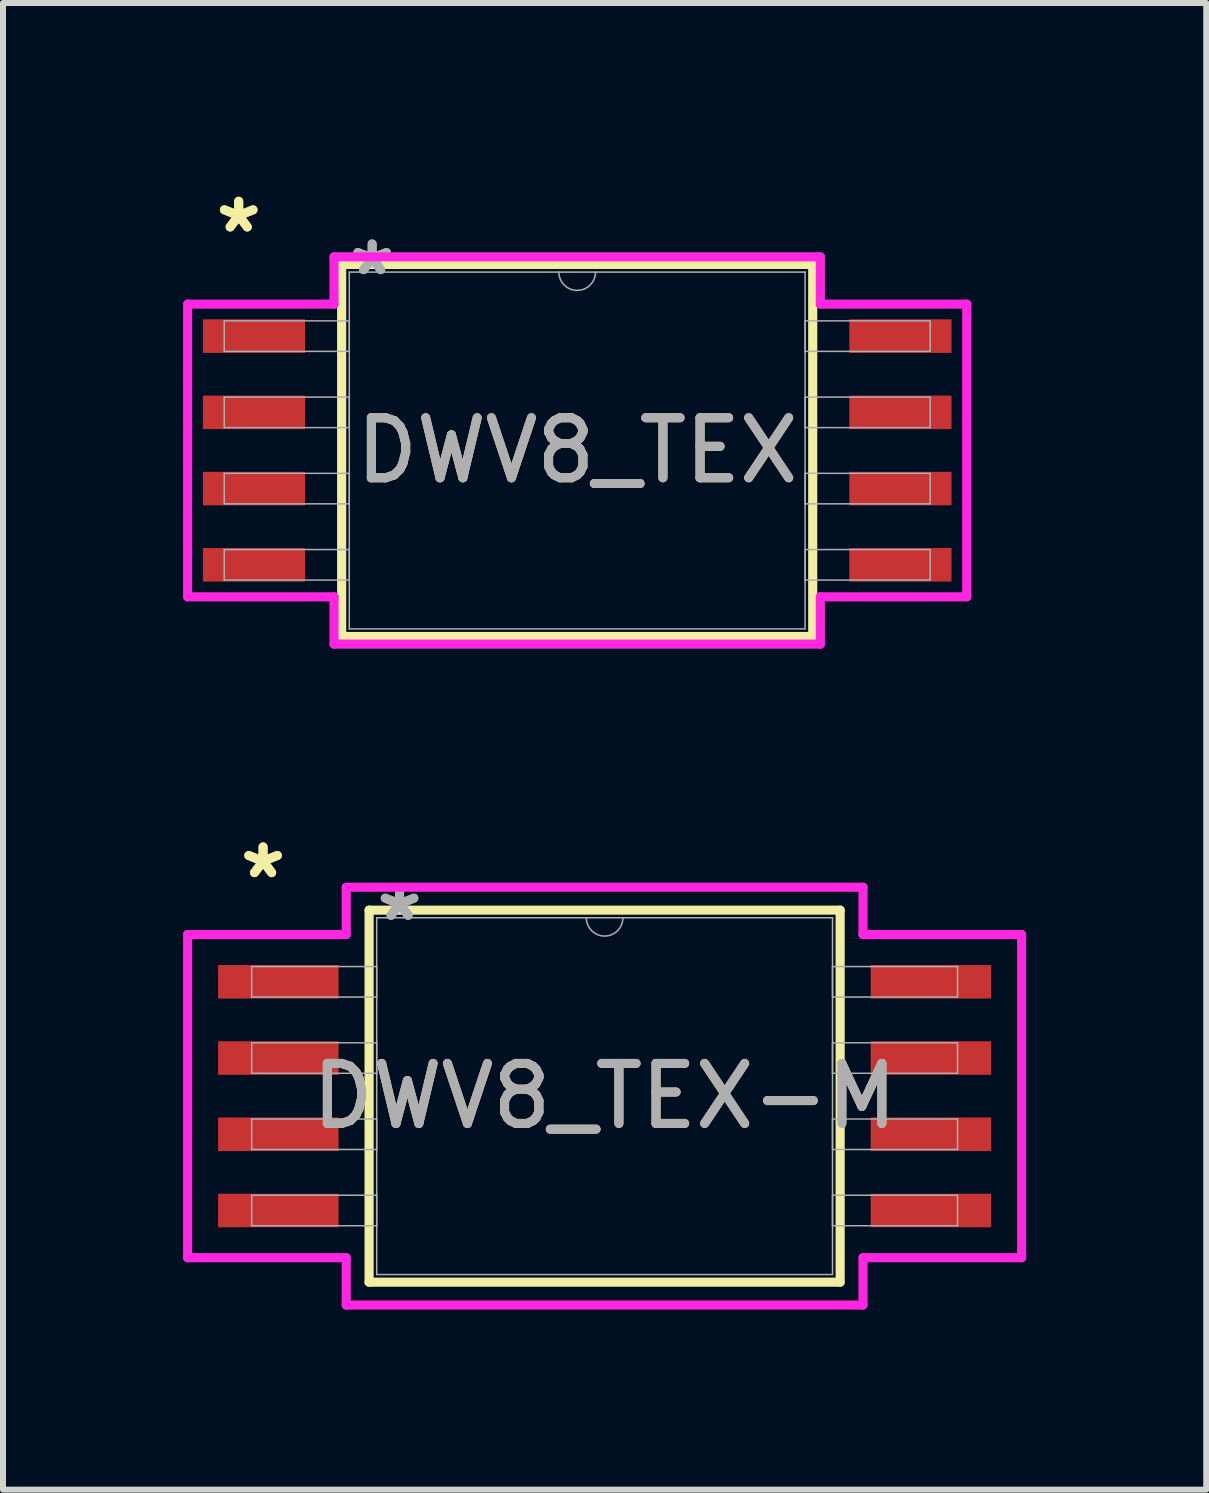
<source format=kicad_pcb>
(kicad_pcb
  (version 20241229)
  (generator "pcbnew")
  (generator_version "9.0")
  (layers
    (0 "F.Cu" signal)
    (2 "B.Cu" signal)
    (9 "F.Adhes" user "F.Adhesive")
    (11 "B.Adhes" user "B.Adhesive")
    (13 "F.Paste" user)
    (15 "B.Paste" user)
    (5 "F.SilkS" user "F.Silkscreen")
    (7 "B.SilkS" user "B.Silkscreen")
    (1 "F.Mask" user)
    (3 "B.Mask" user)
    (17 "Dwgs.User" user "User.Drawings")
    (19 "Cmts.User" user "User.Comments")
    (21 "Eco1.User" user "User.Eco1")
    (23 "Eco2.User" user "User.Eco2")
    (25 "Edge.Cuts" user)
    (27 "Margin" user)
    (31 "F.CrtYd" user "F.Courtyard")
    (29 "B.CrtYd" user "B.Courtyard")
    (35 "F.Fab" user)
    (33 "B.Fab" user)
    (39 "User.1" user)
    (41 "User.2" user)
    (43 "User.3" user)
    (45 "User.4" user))
  (footprint "DWV8_TEX-M"
    (layer "F.Cu")
    (at 7.023 15.212)
    (property "Reference" "DWV8_TEX-M" (at 0 0 0) (unlocked yes) (layer "F.SilkS") (effects (font (size 1 1) (thickness 0.15))))
    (attr smd)
    (fp_line (start -3.924 -3.099) (end -3.924 3.099) (stroke (width 0.152) (type solid)) (layer "F.SilkS"))
    (fp_line (start -3.924 3.099) (end 3.924 3.099) (stroke (width 0.152) (type solid)) (layer "F.SilkS"))
    (fp_line (start 3.924 -3.099) (end -3.924 -3.099) (stroke (width 0.152) (type solid)) (layer "F.SilkS"))
    (fp_line (start 3.924 3.099) (end 3.924 -3.099) (stroke (width 0.152) (type solid)) (layer "F.SilkS"))
    (fp_line (start -6.947 -2.692) (end -4.305 -2.692) (stroke (width 0.152) (type solid)) (layer "F.CrtYd"))
    (fp_line (start -6.947 2.692) (end -6.947 -2.692) (stroke (width 0.152) (type solid)) (layer "F.CrtYd"))
    (fp_line (start -6.947 2.692) (end -4.305 2.692) (stroke (width 0.152) (type solid)) (layer "F.CrtYd"))
    (fp_line (start -4.305 -3.48) (end 4.305 -3.48) (stroke (width 0.152) (type solid)) (layer "F.CrtYd"))
    (fp_line (start -4.305 -2.692) (end -4.305 -3.48) (stroke (width 0.152) (type solid)) (layer "F.CrtYd"))
    (fp_line (start -4.305 3.48) (end -4.305 2.692) (stroke (width 0.152) (type solid)) (layer "F.CrtYd"))
    (fp_line (start 4.305 -3.48) (end 4.305 -2.692) (stroke (width 0.152) (type solid)) (layer "F.CrtYd"))
    (fp_line (start 4.305 2.692) (end 4.305 3.48) (stroke (width 0.152) (type solid)) (layer "F.CrtYd"))
    (fp_line (start 4.305 3.48) (end -4.305 3.48) (stroke (width 0.152) (type solid)) (layer "F.CrtYd"))
    (fp_line (start 6.947 -2.692) (end 4.305 -2.692) (stroke (width 0.152) (type solid)) (layer "F.CrtYd"))
    (fp_line (start 6.947 -2.692) (end 6.947 2.692) (stroke (width 0.152) (type solid)) (layer "F.CrtYd"))
    (fp_line (start 6.947 2.692) (end 4.305 2.692) (stroke (width 0.152) (type solid)) (layer "F.CrtYd"))
    (fp_line (start -5.88 -2.159) (end -5.88 -1.651) (stroke (width 0.025) (type solid)) (layer "F.Fab"))
    (fp_line (start -5.88 -1.651) (end -3.797 -1.651) (stroke (width 0.025) (type solid)) (layer "F.Fab"))
    (fp_line (start -5.88 -0.889) (end -5.88 -0.381) (stroke (width 0.025) (type solid)) (layer "F.Fab"))
    (fp_line (start -5.88 -0.381) (end -3.797 -0.381) (stroke (width 0.025) (type solid)) (layer "F.Fab"))
    (fp_line (start -5.88 0.381) (end -5.88 0.889) (stroke (width 0.025) (type solid)) (layer "F.Fab"))
    (fp_line (start -5.88 0.889) (end -3.797 0.889) (stroke (width 0.025) (type solid)) (layer "F.Fab"))
    (fp_line (start -5.88 1.651) (end -5.88 2.159) (stroke (width 0.025) (type solid)) (layer "F.Fab"))
    (fp_line (start -5.88 2.159) (end -3.797 2.159) (stroke (width 0.025) (type solid)) (layer "F.Fab"))
    (fp_line (start -3.797 -2.972) (end -3.797 2.972) (stroke (width 0.025) (type solid)) (layer "F.Fab"))
    (fp_line (start -3.797 -2.159) (end -5.88 -2.159) (stroke (width 0.025) (type solid)) (layer "F.Fab"))
    (fp_line (start -3.797 -1.651) (end -3.797 -2.159) (stroke (width 0.025) (type solid)) (layer "F.Fab"))
    (fp_line (start -3.797 -0.889) (end -5.88 -0.889) (stroke (width 0.025) (type solid)) (layer "F.Fab"))
    (fp_line (start -3.797 -0.381) (end -3.797 -0.889) (stroke (width 0.025) (type solid)) (layer "F.Fab"))
    (fp_line (start -3.797 0.381) (end -5.88 0.381) (stroke (width 0.025) (type solid)) (layer "F.Fab"))
    (fp_line (start -3.797 0.889) (end -3.797 0.381) (stroke (width 0.025) (type solid)) (layer "F.Fab"))
    (fp_line (start -3.797 1.651) (end -5.88 1.651) (stroke (width 0.025) (type solid)) (layer "F.Fab"))
    (fp_line (start -3.797 2.159) (end -3.797 1.651) (stroke (width 0.025) (type solid)) (layer "F.Fab"))
    (fp_line (start -3.797 2.972) (end 3.797 2.972) (stroke (width 0.025) (type solid)) (layer "F.Fab"))
    (fp_line (start 3.797 -2.972) (end -3.797 -2.972) (stroke (width 0.025) (type solid)) (layer "F.Fab"))
    (fp_line (start 3.797 -2.159) (end 3.797 -1.651) (stroke (width 0.025) (type solid)) (layer "F.Fab"))
    (fp_line (start 3.797 -1.651) (end 5.88 -1.651) (stroke (width 0.025) (type solid)) (layer "F.Fab"))
    (fp_line (start 3.797 -0.889) (end 3.797 -0.381) (stroke (width 0.025) (type solid)) (layer "F.Fab"))
    (fp_line (start 3.797 -0.381) (end 5.88 -0.381) (stroke (width 0.025) (type solid)) (layer "F.Fab"))
    (fp_line (start 3.797 0.381) (end 3.797 0.889) (stroke (width 0.025) (type solid)) (layer "F.Fab"))
    (fp_line (start 3.797 0.889) (end 5.88 0.889) (stroke (width 0.025) (type solid)) (layer "F.Fab"))
    (fp_line (start 3.797 1.651) (end 3.797 2.159) (stroke (width 0.025) (type solid)) (layer "F.Fab"))
    (fp_line (start 3.797 2.159) (end 5.88 2.159) (stroke (width 0.025) (type solid)) (layer "F.Fab"))
    (fp_line (start 3.797 2.972) (end 3.797 -2.972) (stroke (width 0.025) (type solid)) (layer "F.Fab"))
    (fp_line (start 5.88 -2.159) (end 3.797 -2.159) (stroke (width 0.025) (type solid)) (layer "F.Fab"))
    (fp_line (start 5.88 -1.651) (end 5.88 -2.159) (stroke (width 0.025) (type solid)) (layer "F.Fab"))
    (fp_line (start 5.88 -0.889) (end 3.797 -0.889) (stroke (width 0.025) (type solid)) (layer "F.Fab"))
    (fp_line (start 5.88 -0.381) (end 5.88 -0.889) (stroke (width 0.025) (type solid)) (layer "F.Fab"))
    (fp_line (start 5.88 0.381) (end 3.797 0.381) (stroke (width 0.025) (type solid)) (layer "F.Fab"))
    (fp_line (start 5.88 0.889) (end 5.88 0.381) (stroke (width 0.025) (type solid)) (layer "F.Fab"))
    (fp_line (start 5.88 1.651) (end 3.797 1.651) (stroke (width 0.025) (type solid)) (layer "F.Fab"))
    (fp_line (start 5.88 2.159) (end 5.88 1.651) (stroke (width 0.025) (type solid)) (layer "F.Fab"))
    (fp_arc (start 0.3048 -2.9718) (mid 0 -2.667) (end -0.3048 -2.9718) (stroke (width 0.0254) (type solid)) (layer "F.Fab"))
    (fp_text user "*" (at -5.69 -3.607 0) (unlocked yes) (layer "F.SilkS") (effects (font (size 1 1) (thickness 0.15))))
    (fp_text user "*" (at -5.69 -3.607 0) (layer "F.SilkS") (effects (font (size 1 1) (thickness 0.15))))
    (fp_text user "${REFERENCE}" (at 0 0 0) (unlocked yes) (layer "F.Fab") (effects (font (size 1 1) (thickness 0.15))))
    (fp_text user "*" (at -3.416 -2.896 0) (layer "F.Fab") (effects (font (size 1 1) (thickness 0.15))))
    (fp_text user "*" (at -3.416 -2.896 0) (unlocked yes) (layer "F.Fab") (effects (font (size 1 1) (thickness 0.15))))
    (pad "1" smd rect (at -5.436 -1.905) (size 2.007 0.559) (layers "F.Cu" "F.Mask" "F.Paste"))
    (pad "2" smd rect (at -5.436 -0.635) (size 2.007 0.559) (layers "F.Cu" "F.Mask" "F.Paste"))
    (pad "3" smd rect (at -5.436 0.635) (size 2.007 0.559) (layers "F.Cu" "F.Mask" "F.Paste"))
    (pad "4" smd rect (at -5.436 1.905) (size 2.007 0.559) (layers "F.Cu" "F.Mask" "F.Paste"))
    (pad "5" smd rect (at 5.436 1.905) (size 2.007 0.559) (layers "F.Cu" "F.Mask" "F.Paste"))
    (pad "6" smd rect (at 5.436 0.635) (size 2.007 0.559) (layers "F.Cu" "F.Mask" "F.Paste"))
    (pad "7" smd rect (at 5.436 -0.635) (size 2.007 0.559) (layers "F.Cu" "F.Mask" "F.Paste"))
    (pad "8" smd rect (at 5.436 -1.905) (size 2.007 0.559) (layers "F.Cu" "F.Mask" "F.Paste")))
  (footprint "DWV8_TEX"
    (layer "F.Cu")
    (at 6.566 4.455)
    (property "Reference" "DWV8_TEX" (at 0 0 0) (unlocked yes) (layer "F.SilkS") (effects (font (size 1 1) (thickness 0.15))))
    (attr smd)
    (fp_line (start -3.924 -3.099) (end -3.924 3.099) (stroke (width 0.152) (type solid)) (layer "F.SilkS"))
    (fp_line (start -3.924 3.099) (end 3.924 3.099) (stroke (width 0.152) (type solid)) (layer "F.SilkS"))
    (fp_line (start 3.924 -3.099) (end -3.924 -3.099) (stroke (width 0.152) (type solid)) (layer "F.SilkS"))
    (fp_line (start 3.924 3.099) (end 3.924 -3.099) (stroke (width 0.152) (type solid)) (layer "F.SilkS"))
    (fp_line (start -6.49 -2.438) (end -4.051 -2.438) (stroke (width 0.152) (type solid)) (layer "F.CrtYd"))
    (fp_line (start -6.49 2.438) (end -6.49 -2.438) (stroke (width 0.152) (type solid)) (layer "F.CrtYd"))
    (fp_line (start -6.49 2.438) (end -4.051 2.438) (stroke (width 0.152) (type solid)) (layer "F.CrtYd"))
    (fp_line (start -4.051 -3.226) (end 4.051 -3.226) (stroke (width 0.152) (type solid)) (layer "F.CrtYd"))
    (fp_line (start -4.051 -2.438) (end -4.051 -3.226) (stroke (width 0.152) (type solid)) (layer "F.CrtYd"))
    (fp_line (start -4.051 3.226) (end -4.051 2.438) (stroke (width 0.152) (type solid)) (layer "F.CrtYd"))
    (fp_line (start 4.051 -3.226) (end 4.051 -2.438) (stroke (width 0.152) (type solid)) (layer "F.CrtYd"))
    (fp_line (start 4.051 2.438) (end 4.051 3.226) (stroke (width 0.152) (type solid)) (layer "F.CrtYd"))
    (fp_line (start 4.051 3.226) (end -4.051 3.226) (stroke (width 0.152) (type solid)) (layer "F.CrtYd"))
    (fp_line (start 6.49 -2.438) (end 4.051 -2.438) (stroke (width 0.152) (type solid)) (layer "F.CrtYd"))
    (fp_line (start 6.49 -2.438) (end 6.49 2.438) (stroke (width 0.152) (type solid)) (layer "F.CrtYd"))
    (fp_line (start 6.49 2.438) (end 4.051 2.438) (stroke (width 0.152) (type solid)) (layer "F.CrtYd"))
    (fp_line (start -5.88 -2.159) (end -5.88 -1.651) (stroke (width 0.025) (type solid)) (layer "F.Fab"))
    (fp_line (start -5.88 -1.651) (end -3.797 -1.651) (stroke (width 0.025) (type solid)) (layer "F.Fab"))
    (fp_line (start -5.88 -0.889) (end -5.88 -0.381) (stroke (width 0.025) (type solid)) (layer "F.Fab"))
    (fp_line (start -5.88 -0.381) (end -3.797 -0.381) (stroke (width 0.025) (type solid)) (layer "F.Fab"))
    (fp_line (start -5.88 0.381) (end -5.88 0.889) (stroke (width 0.025) (type solid)) (layer "F.Fab"))
    (fp_line (start -5.88 0.889) (end -3.797 0.889) (stroke (width 0.025) (type solid)) (layer "F.Fab"))
    (fp_line (start -5.88 1.651) (end -5.88 2.159) (stroke (width 0.025) (type solid)) (layer "F.Fab"))
    (fp_line (start -5.88 2.159) (end -3.797 2.159) (stroke (width 0.025) (type solid)) (layer "F.Fab"))
    (fp_line (start -3.797 -2.972) (end -3.797 2.972) (stroke (width 0.025) (type solid)) (layer "F.Fab"))
    (fp_line (start -3.797 -2.159) (end -5.88 -2.159) (stroke (width 0.025) (type solid)) (layer "F.Fab"))
    (fp_line (start -3.797 -1.651) (end -3.797 -2.159) (stroke (width 0.025) (type solid)) (layer "F.Fab"))
    (fp_line (start -3.797 -0.889) (end -5.88 -0.889) (stroke (width 0.025) (type solid)) (layer "F.Fab"))
    (fp_line (start -3.797 -0.381) (end -3.797 -0.889) (stroke (width 0.025) (type solid)) (layer "F.Fab"))
    (fp_line (start -3.797 0.381) (end -5.88 0.381) (stroke (width 0.025) (type solid)) (layer "F.Fab"))
    (fp_line (start -3.797 0.889) (end -3.797 0.381) (stroke (width 0.025) (type solid)) (layer "F.Fab"))
    (fp_line (start -3.797 1.651) (end -5.88 1.651) (stroke (width 0.025) (type solid)) (layer "F.Fab"))
    (fp_line (start -3.797 2.159) (end -3.797 1.651) (stroke (width 0.025) (type solid)) (layer "F.Fab"))
    (fp_line (start -3.797 2.972) (end 3.797 2.972) (stroke (width 0.025) (type solid)) (layer "F.Fab"))
    (fp_line (start 3.797 -2.972) (end -3.797 -2.972) (stroke (width 0.025) (type solid)) (layer "F.Fab"))
    (fp_line (start 3.797 -2.159) (end 3.797 -1.651) (stroke (width 0.025) (type solid)) (layer "F.Fab"))
    (fp_line (start 3.797 -1.651) (end 5.88 -1.651) (stroke (width 0.025) (type solid)) (layer "F.Fab"))
    (fp_line (start 3.797 -0.889) (end 3.797 -0.381) (stroke (width 0.025) (type solid)) (layer "F.Fab"))
    (fp_line (start 3.797 -0.381) (end 5.88 -0.381) (stroke (width 0.025) (type solid)) (layer "F.Fab"))
    (fp_line (start 3.797 0.381) (end 3.797 0.889) (stroke (width 0.025) (type solid)) (layer "F.Fab"))
    (fp_line (start 3.797 0.889) (end 5.88 0.889) (stroke (width 0.025) (type solid)) (layer "F.Fab"))
    (fp_line (start 3.797 1.651) (end 3.797 2.159) (stroke (width 0.025) (type solid)) (layer "F.Fab"))
    (fp_line (start 3.797 2.159) (end 5.88 2.159) (stroke (width 0.025) (type solid)) (layer "F.Fab"))
    (fp_line (start 3.797 2.972) (end 3.797 -2.972) (stroke (width 0.025) (type solid)) (layer "F.Fab"))
    (fp_line (start 5.88 -2.159) (end 3.797 -2.159) (stroke (width 0.025) (type solid)) (layer "F.Fab"))
    (fp_line (start 5.88 -1.651) (end 5.88 -2.159) (stroke (width 0.025) (type solid)) (layer "F.Fab"))
    (fp_line (start 5.88 -0.889) (end 3.797 -0.889) (stroke (width 0.025) (type solid)) (layer "F.Fab"))
    (fp_line (start 5.88 -0.381) (end 5.88 -0.889) (stroke (width 0.025) (type solid)) (layer "F.Fab"))
    (fp_line (start 5.88 0.381) (end 3.797 0.381) (stroke (width 0.025) (type solid)) (layer "F.Fab"))
    (fp_line (start 5.88 0.889) (end 5.88 0.381) (stroke (width 0.025) (type solid)) (layer "F.Fab"))
    (fp_line (start 5.88 1.651) (end 3.797 1.651) (stroke (width 0.025) (type solid)) (layer "F.Fab"))
    (fp_line (start 5.88 2.159) (end 5.88 1.651) (stroke (width 0.025) (type solid)) (layer "F.Fab"))
    (fp_arc (start 0.3048 -2.9718) (mid 0 -2.667) (end -0.3048 -2.9718) (stroke (width 0.0254) (type solid)) (layer "F.Fab"))
    (fp_text user "*" (at -5.639 -3.607 0) (layer "F.SilkS") (effects (font (size 1 1) (thickness 0.15))))
    (fp_text user "*" (at -5.639 -3.607 0) (unlocked yes) (layer "F.SilkS") (effects (font (size 1 1) (thickness 0.15))))
    (fp_text user "*" (at -3.416 -2.896 0) (layer "F.Fab") (effects (font (size 1 1) (thickness 0.15))))
    (fp_text user "*" (at -3.416 -2.896 0) (unlocked yes) (layer "F.Fab") (effects (font (size 1 1) (thickness 0.15))))
    (fp_text user "${REFERENCE}" (at 0 0 0) (unlocked yes) (layer "F.Fab") (effects (font (size 1 1) (thickness 0.15))))
    (pad "1" smd rect (at -5.385 -1.905) (size 1.702 0.559) (layers "F.Cu" "F.Mask" "F.Paste"))
    (pad "2" smd rect (at -5.385 -0.635) (size 1.702 0.559) (layers "F.Cu" "F.Mask" "F.Paste"))
    (pad "3" smd rect (at -5.385 0.635) (size 1.702 0.559) (layers "F.Cu" "F.Mask" "F.Paste"))
    (pad "4" smd rect (at -5.385 1.905) (size 1.702 0.559) (layers "F.Cu" "F.Mask" "F.Paste"))
    (pad "5" smd rect (at 5.385 1.905) (size 1.702 0.559) (layers "F.Cu" "F.Mask" "F.Paste"))
    (pad "6" smd rect (at 5.385 0.635) (size 1.702 0.559) (layers "F.Cu" "F.Mask" "F.Paste"))
    (pad "7" smd rect (at 5.385 -0.635) (size 1.702 0.559) (layers "F.Cu" "F.Mask" "F.Paste"))
    (pad "8" smd rect (at 5.385 -1.905) (size 1.702 0.559) (layers "F.Cu" "F.Mask" "F.Paste")))
  (gr_rect
    (start -3 -3)
    (end 17.046 21.768)
    (stroke (width 0.1) (type default))
    (fill no)
    (layer "Edge.Cuts")))
</source>
